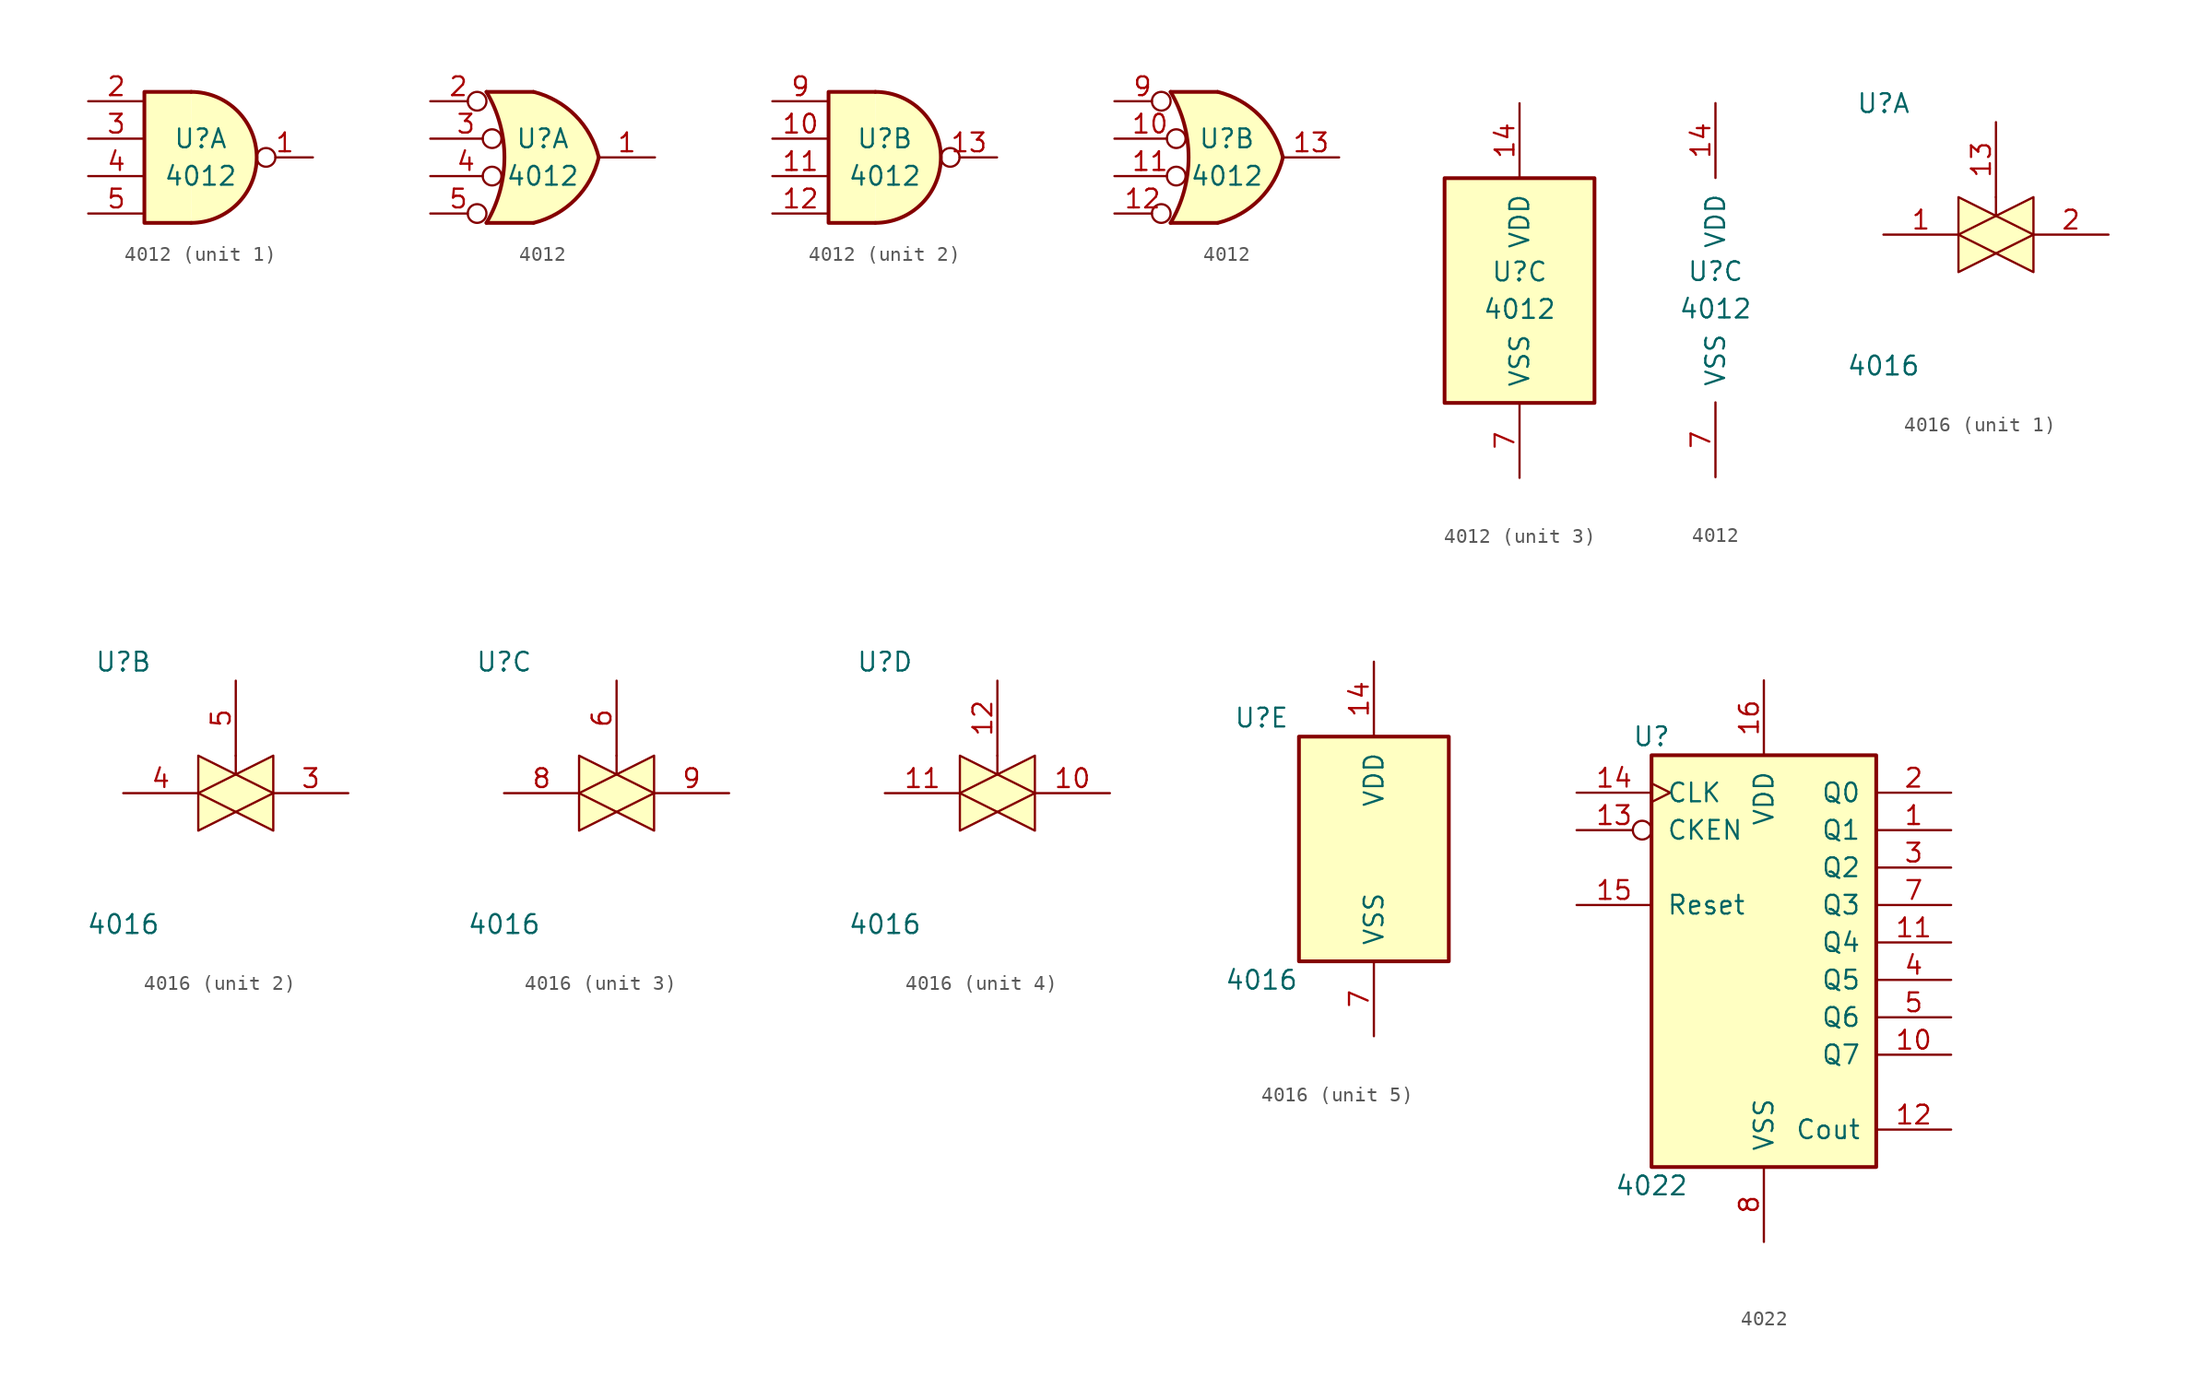
<source format=kicad_sym>
(kicad_symbol_lib
  (version 20211014)
  (generator kicad_symbol_editor)
  (symbol "4012"
    (pin_names
      (offset 1.016))
    (property "Reference" "U"
      (at 0 1.27 0)
      (effects (font (size 1.27 1.27))))
    (property "Value" "4012"
      (at 0 -1.27 0)
      (effects (font (size 1.27 1.27))))
    (property "ki_locked" ""
      (at 0 0 0)
      (effects (font (size 1.27 1.27))))
    (symbol "4012_1_1"
      (arc (start -0.635 -4.445) (mid 3.81 0) (end -0.635 4.445) (stroke (width 0.254) (type default) (color 0 0 0 0)) (fill (type background)))
      (polyline (pts (xy -0.635 4.445) (xy -3.81 4.445) (xy -3.81 -4.445) (xy -0.635 -4.445)) (stroke (width 0.254) (type default) (color 0 0 0 0)) (fill (type background)))
      (pin output inverted (at 7.62 0 180) (length 3.81) (name "~" (effects (font (size 1.27 1.27)))) (number "1" (effects (font (size 1.27 1.27)))))
      (pin input line (at -7.62 3.81 0) (length 3.81) (name "~" (effects (font (size 1.27 1.27)))) (number "2" (effects (font (size 1.27 1.27)))))
      (pin input line (at -7.62 1.27 0) (length 3.81) (name "~" (effects (font (size 1.27 1.27)))) (number "3" (effects (font (size 1.27 1.27)))))
      (pin input line (at -7.62 -1.27 0) (length 3.81) (name "~" (effects (font (size 1.27 1.27)))) (number "4" (effects (font (size 1.27 1.27)))))
      (pin input line (at -7.62 -3.81 0) (length 3.81) (name "~" (effects (font (size 1.27 1.27)))) (number "5" (effects (font (size 1.27 1.27))))))
    (symbol "4012_1_2"
      (arc (start -3.81 -4.445) (mid -2.5908 0) (end -3.81 4.445) (stroke (width 0.254) (type default) (color 0 0 0 0)) (fill (type none)))
      (arc (start -0.6096 -4.445) (mid 2.2246 -2.8422) (end 3.81 0) (stroke (width 0.254) (type default) (color 0 0 0 0)) (fill (type background)))
      (polyline (pts (xy -3.81 -4.445) (xy -0.635 -4.445)) (stroke (width 0.254) (type default) (color 0 0 0 0)) (fill (type background)))
      (polyline (pts (xy -3.81 4.445) (xy -0.635 4.445)) (stroke (width 0.254) (type default) (color 0 0 0 0)) (fill (type background)))
      (polyline (pts (xy -0.635 4.445) (xy -3.81 4.445) (xy -3.81 4.445) (xy -3.632 4.089) (xy -3.099 2.921) (xy -2.769 1.676) (xy -2.616 0.432) (xy -2.642 -0.864) (xy -2.87 -2.108) (xy -3.251 -3.327) (xy -3.81 -4.445) (xy -3.81 -4.445) (xy -0.635 -4.445)) (stroke (width -25.4) (type default) (color 0 0 0 0)) (fill (type background)))
      (arc (start 3.81 0) (mid 2.2204 2.8379) (end -0.6096 4.445) (stroke (width 0.254) (type default) (color 0 0 0 0)) (fill (type background)))
      (pin output line (at 7.62 0 180) (length 3.81) (name "~" (effects (font (size 1.27 1.27)))) (number "1" (effects (font (size 1.27 1.27)))))
      (pin input inverted (at -7.62 3.81 0) (length 3.81) (name "~" (effects (font (size 1.27 1.27)))) (number "2" (effects (font (size 1.27 1.27)))))
      (pin input inverted (at -7.62 1.27 0) (length 4.826) (name "~" (effects (font (size 1.27 1.27)))) (number "3" (effects (font (size 1.27 1.27)))))
      (pin input inverted (at -7.62 -1.27 0) (length 4.826) (name "~" (effects (font (size 1.27 1.27)))) (number "4" (effects (font (size 1.27 1.27)))))
      (pin input inverted (at -7.62 -3.81 0) (length 3.81) (name "~" (effects (font (size 1.27 1.27)))) (number "5" (effects (font (size 1.27 1.27))))))
    (symbol "4012_2_1"
      (arc (start -0.635 -4.445) (mid 3.81 0) (end -0.635 4.445) (stroke (width 0.254) (type default) (color 0 0 0 0)) (fill (type background)))
      (polyline (pts (xy -0.635 4.445) (xy -3.81 4.445) (xy -3.81 -4.445) (xy -0.635 -4.445)) (stroke (width 0.254) (type default) (color 0 0 0 0)) (fill (type background)))
      (pin input line (at -7.62 1.27 0) (length 3.81) (name "~" (effects (font (size 1.27 1.27)))) (number "10" (effects (font (size 1.27 1.27)))))
      (pin input line (at -7.62 -1.27 0) (length 3.81) (name "~" (effects (font (size 1.27 1.27)))) (number "11" (effects (font (size 1.27 1.27)))))
      (pin input line (at -7.62 -3.81 0) (length 3.81) (name "~" (effects (font (size 1.27 1.27)))) (number "12" (effects (font (size 1.27 1.27)))))
      (pin output inverted (at 7.62 0 180) (length 3.81) (name "~" (effects (font (size 1.27 1.27)))) (number "13" (effects (font (size 1.27 1.27)))))
      (pin input line (at -7.62 3.81 0) (length 3.81) (name "~" (effects (font (size 1.27 1.27)))) (number "9" (effects (font (size 1.27 1.27))))))
    (symbol "4012_2_2"
      (arc (start -3.81 -4.445) (mid -2.5908 0) (end -3.81 4.445) (stroke (width 0.254) (type default) (color 0 0 0 0)) (fill (type none)))
      (arc (start -0.6096 -4.445) (mid 2.2246 -2.8422) (end 3.81 0) (stroke (width 0.254) (type default) (color 0 0 0 0)) (fill (type background)))
      (polyline (pts (xy -3.81 -4.445) (xy -0.635 -4.445)) (stroke (width 0.254) (type default) (color 0 0 0 0)) (fill (type background)))
      (polyline (pts (xy -3.81 4.445) (xy -0.635 4.445)) (stroke (width 0.254) (type default) (color 0 0 0 0)) (fill (type background)))
      (polyline (pts (xy -0.635 4.445) (xy -3.81 4.445) (xy -3.81 4.445) (xy -3.632 4.089) (xy -3.099 2.921) (xy -2.769 1.676) (xy -2.616 0.432) (xy -2.642 -0.864) (xy -2.87 -2.108) (xy -3.251 -3.327) (xy -3.81 -4.445) (xy -3.81 -4.445) (xy -0.635 -4.445)) (stroke (width -25.4) (type default) (color 0 0 0 0)) (fill (type background)))
      (arc (start 3.81 0) (mid 2.2204 2.8379) (end -0.6096 4.445) (stroke (width 0.254) (type default) (color 0 0 0 0)) (fill (type background)))
      (pin input inverted (at -7.62 1.27 0) (length 4.826) (name "~" (effects (font (size 1.27 1.27)))) (number "10" (effects (font (size 1.27 1.27)))))
      (pin input inverted (at -7.62 -1.27 0) (length 4.826) (name "~" (effects (font (size 1.27 1.27)))) (number "11" (effects (font (size 1.27 1.27)))))
      (pin input inverted (at -7.62 -3.81 0) (length 3.81) (name "~" (effects (font (size 1.27 1.27)))) (number "12" (effects (font (size 1.27 1.27)))))
      (pin output line (at 7.62 0 180) (length 3.81) (name "~" (effects (font (size 1.27 1.27)))) (number "13" (effects (font (size 1.27 1.27)))))
      (pin input inverted (at -7.62 3.81 0) (length 3.81) (name "~" (effects (font (size 1.27 1.27)))) (number "9" (effects (font (size 1.27 1.27))))))
    (symbol "4012_3_0"
      (pin power_in line (at 0 12.7 270) (length 5.08) (name "VDD" (effects (font (size 1.27 1.27)))) (number "14" (effects (font (size 1.27 1.27)))))
      (pin power_in line (at 0 -12.7 90) (length 5.08) (name "VSS" (effects (font (size 1.27 1.27)))) (number "7" (effects (font (size 1.27 1.27))))))
    (symbol "4012_3_1"
      (rectangle (start -5.08 7.62) (end 5.08 -7.62) (stroke (width 0.254) (type default) (color 0 0 0 0)) (fill (type background)))))
  (symbol "4016"
    (pin_names
      (offset 1.016))
    (property "Reference" "U"
      (at -7.62 8.89 0)
      (effects (font (size 1.27 1.27))))
    (property "Value" "4016"
      (at -7.62 -8.89 0)
      (effects (font (size 1.27 1.27))))
    (property "ki_locked" ""
      (at 0 0 0)
      (effects (font (size 1.27 1.27))))
    (symbol "4016_1_0"
      (polyline (pts (xy 0 1.27) (xy 0 2.54)) (stroke (width 0.152) (type default) (color 0 0 0 0)) (fill (type none)))
      (polyline (pts (xy -2.54 0) (xy 2.54 2.54) (xy 2.54 -2.54) (xy -2.54 0)) (stroke (width 0) (type default) (color 0 0 0 0)) (fill (type background)))
      (polyline (pts (xy -2.54 2.54) (xy 2.54 0) (xy -2.54 -2.54) (xy -2.54 2.54)) (stroke (width 0) (type default) (color 0 0 0 0)) (fill (type background)))
      (pin passive line (at -7.62 0 0) (length 5.08) (name "~" (effects (font (size 1.27 1.27)))) (number "1" (effects (font (size 1.27 1.27)))))
      (pin input line (at 0 7.62 270) (length 5.08) (name "~" (effects (font (size 1.27 1.27)))) (number "13" (effects (font (size 1.27 1.27)))))
      (pin passive line (at 7.62 0 180) (length 5.08) (name "~" (effects (font (size 1.27 1.27)))) (number "2" (effects (font (size 1.27 1.27))))))
    (symbol "4016_2_0"
      (polyline (pts (xy 0 1.27) (xy 0 2.54)) (stroke (width 0.152) (type default) (color 0 0 0 0)) (fill (type none)))
      (polyline (pts (xy -2.54 0) (xy 2.54 2.54) (xy 2.54 -2.54) (xy -2.54 0)) (stroke (width 0) (type default) (color 0 0 0 0)) (fill (type background)))
      (polyline (pts (xy -2.54 2.54) (xy 2.54 0) (xy -2.54 -2.54) (xy -2.54 2.54)) (stroke (width 0) (type default) (color 0 0 0 0)) (fill (type background)))
      (pin passive line (at 7.62 0 180) (length 5.08) (name "~" (effects (font (size 1.27 1.27)))) (number "3" (effects (font (size 1.27 1.27)))))
      (pin passive line (at -7.62 0 0) (length 5.08) (name "~" (effects (font (size 1.27 1.27)))) (number "4" (effects (font (size 1.27 1.27)))))
      (pin input line (at 0 7.62 270) (length 5.08) (name "~" (effects (font (size 1.27 1.27)))) (number "5" (effects (font (size 1.27 1.27))))))
    (symbol "4016_3_0"
      (polyline (pts (xy 0 1.27) (xy 0 2.54)) (stroke (width 0.152) (type default) (color 0 0 0 0)) (fill (type none)))
      (polyline (pts (xy -2.54 0) (xy 2.54 2.54) (xy 2.54 -2.54) (xy -2.54 0)) (stroke (width 0) (type default) (color 0 0 0 0)) (fill (type background)))
      (polyline (pts (xy -2.54 2.54) (xy 2.54 0) (xy -2.54 -2.54) (xy -2.54 2.54)) (stroke (width 0) (type default) (color 0 0 0 0)) (fill (type background)))
      (pin input line (at 0 7.62 270) (length 5.08) (name "~" (effects (font (size 1.27 1.27)))) (number "6" (effects (font (size 1.27 1.27)))))
      (pin passive line (at -7.62 0 0) (length 5.08) (name "~" (effects (font (size 1.27 1.27)))) (number "8" (effects (font (size 1.27 1.27)))))
      (pin passive line (at 7.62 0 180) (length 5.08) (name "~" (effects (font (size 1.27 1.27)))) (number "9" (effects (font (size 1.27 1.27))))))
    (symbol "4016_4_0"
      (polyline (pts (xy 0 1.27) (xy 0 2.54)) (stroke (width 0.152) (type default) (color 0 0 0 0)) (fill (type none)))
      (polyline (pts (xy -2.54 0) (xy 2.54 2.54) (xy 2.54 -2.54) (xy -2.54 0)) (stroke (width 0) (type default) (color 0 0 0 0)) (fill (type background)))
      (polyline (pts (xy -2.54 2.54) (xy 2.54 0) (xy -2.54 -2.54) (xy -2.54 2.54)) (stroke (width 0) (type default) (color 0 0 0 0)) (fill (type background)))
      (pin passive line (at 7.62 0 180) (length 5.08) (name "~" (effects (font (size 1.27 1.27)))) (number "10" (effects (font (size 1.27 1.27)))))
      (pin passive line (at -7.62 0 0) (length 5.08) (name "~" (effects (font (size 1.27 1.27)))) (number "11" (effects (font (size 1.27 1.27)))))
      (pin input line (at 0 7.62 270) (length 5.08) (name "~" (effects (font (size 1.27 1.27)))) (number "12" (effects (font (size 1.27 1.27))))))
    (symbol "4016_5_0"
      (pin power_in line (at 0 12.7 270) (length 5.08) (name "VDD" (effects (font (size 1.27 1.27)))) (number "14" (effects (font (size 1.27 1.27)))))
      (pin power_in line (at 0 -12.7 90) (length 5.08) (name "VSS" (effects (font (size 1.27 1.27)))) (number "7" (effects (font (size 1.27 1.27))))))
    (symbol "4016_5_1"
      (rectangle (start -5.08 7.62) (end 5.08 -7.62) (stroke (width 0.254) (type default) (color 0 0 0 0)) (fill (type background)))))
  (symbol "4022"
    (pin_names
      (offset 1.016))
    (property "Reference" "U"
      (at -7.62 13.97 0)
      (effects (font (size 1.27 1.27))))
    (property "Value" "4022"
      (at -7.62 -16.51 0)
      (effects (font (size 1.27 1.27))))
    (property "ki_locked" ""
      (at 0 0 0)
      (effects (font (size 1.27 1.27))))
    (symbol "4022_1_0"
      (pin output line (at 12.7 7.62 180) (length 5.08) (name "Q1" (effects (font (size 1.27 1.27)))) (number "1" (effects (font (size 1.27 1.27)))))
      (pin output line (at 12.7 -7.62 180) (length 5.08) (name "Q7" (effects (font (size 1.27 1.27)))) (number "10" (effects (font (size 1.27 1.27)))))
      (pin output line (at 12.7 0 180) (length 5.08) (name "Q4" (effects (font (size 1.27 1.27)))) (number "11" (effects (font (size 1.27 1.27)))))
      (pin output line (at 12.7 -12.7 180) (length 5.08) (name "Cout" (effects (font (size 1.27 1.27)))) (number "12" (effects (font (size 1.27 1.27)))))
      (pin input inverted (at -12.7 7.62 0) (length 5.08) (name "CKEN" (effects (font (size 1.27 1.27)))) (number "13" (effects (font (size 1.27 1.27)))))
      (pin input clock (at -12.7 10.16 0) (length 5.08) (name "CLK" (effects (font (size 1.27 1.27)))) (number "14" (effects (font (size 1.27 1.27)))))
      (pin input line (at -12.7 2.54 0) (length 5.08) (name "Reset" (effects (font (size 1.27 1.27)))) (number "15" (effects (font (size 1.27 1.27)))))
      (pin power_in line (at 0 17.78 270) (length 5.08) (name "VDD" (effects (font (size 1.27 1.27)))) (number "16" (effects (font (size 1.27 1.27)))))
      (pin output line (at 12.7 10.16 180) (length 5.08) (name "Q0" (effects (font (size 1.27 1.27)))) (number "2" (effects (font (size 1.27 1.27)))))
      (pin output line (at 12.7 5.08 180) (length 5.08) (name "Q2" (effects (font (size 1.27 1.27)))) (number "3" (effects (font (size 1.27 1.27)))))
      (pin output line (at 12.7 -2.54 180) (length 5.08) (name "Q5" (effects (font (size 1.27 1.27)))) (number "4" (effects (font (size 1.27 1.27)))))
      (pin output line (at 12.7 -5.08 180) (length 5.08) (name "Q6" (effects (font (size 1.27 1.27)))) (number "5" (effects (font (size 1.27 1.27)))))
      (pin output line (at 12.7 2.54 180) (length 5.08) (name "Q3" (effects (font (size 1.27 1.27)))) (number "7" (effects (font (size 1.27 1.27)))))
      (pin power_in line (at 0 -20.32 90) (length 5.08) (name "VSS" (effects (font (size 1.27 1.27)))) (number "8" (effects (font (size 1.27 1.27))))))
    (symbol "4022_1_1"
      (rectangle (start -7.62 12.7) (end 7.62 -15.24) (stroke (width 0.254) (type default) (color 0 0 0 0)) (fill (type background))))))
</source>
